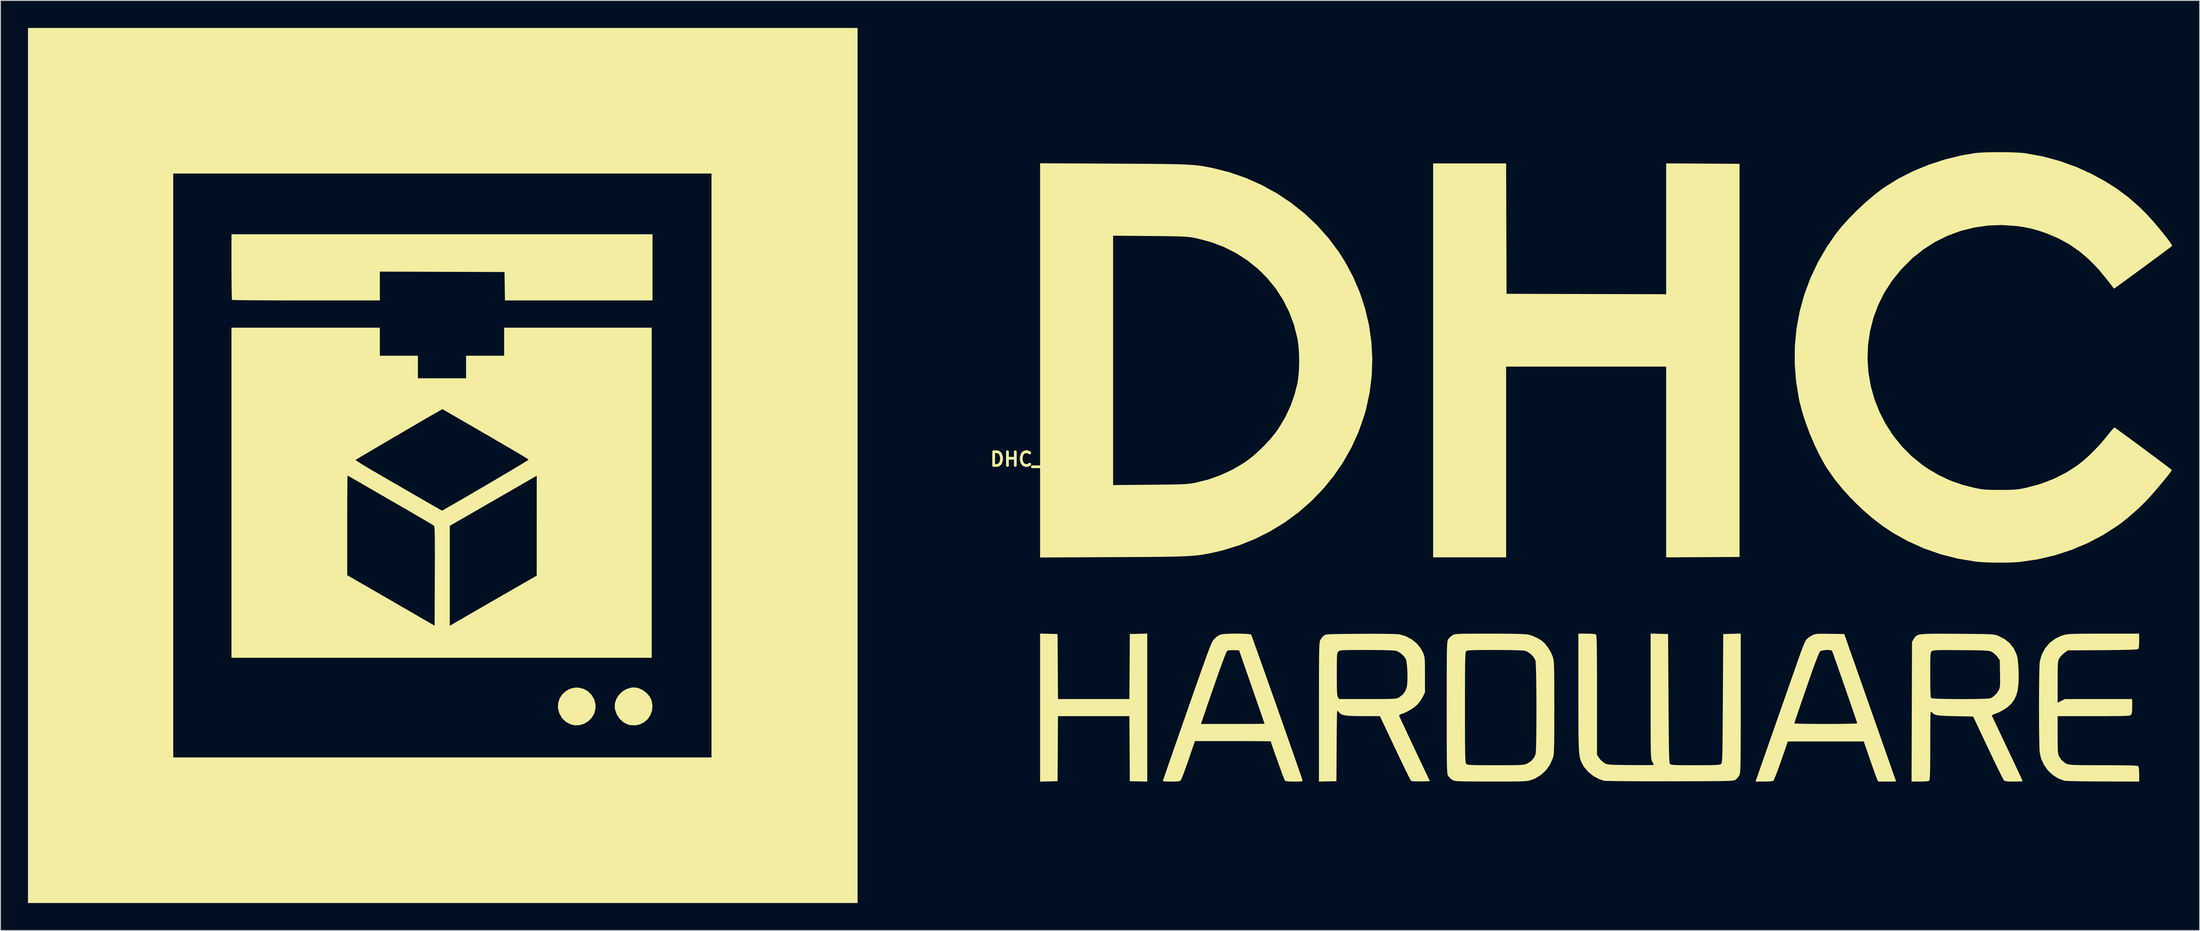
<source format=kicad_pcb>
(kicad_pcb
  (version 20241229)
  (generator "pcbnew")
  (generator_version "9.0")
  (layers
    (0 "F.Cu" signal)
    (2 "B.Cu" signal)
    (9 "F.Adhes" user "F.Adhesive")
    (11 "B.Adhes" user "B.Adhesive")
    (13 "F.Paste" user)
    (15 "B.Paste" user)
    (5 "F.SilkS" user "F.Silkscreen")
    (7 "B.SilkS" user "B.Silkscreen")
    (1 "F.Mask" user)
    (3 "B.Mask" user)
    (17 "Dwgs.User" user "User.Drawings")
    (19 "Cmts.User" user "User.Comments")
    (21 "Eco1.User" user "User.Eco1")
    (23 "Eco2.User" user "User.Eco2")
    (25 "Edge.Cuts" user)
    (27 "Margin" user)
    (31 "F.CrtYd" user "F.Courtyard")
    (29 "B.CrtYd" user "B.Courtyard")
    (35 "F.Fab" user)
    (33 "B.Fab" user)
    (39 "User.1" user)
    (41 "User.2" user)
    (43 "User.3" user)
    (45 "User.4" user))
  (footprint "DHC_Logo"
    (layer "F.Cu")
    (at 110.405 47.062)
    (property "Reference" "DHC_Logo" (at 0 0 0) (layer "F.SilkS") (effects (font (size 1.5 1.5) (thickness 0.3))))
    (attr board_only exclude_from_pos_files exclude_from_bom)
    (fp_poly (pts (xy -19.981 0.68) (xy -19.981 48.421) (xy -65.193 48.421) (xy -110.405 48.421) (xy -110.405 0.68) (xy -110.405 -31.177) (xy -94.573 -31.177) (xy -94.573 0.68) (xy -94.573 32.536) (xy -65.236 32.536) (xy -35.899 32.536) (xy -35.899 0.68) (xy -35.899 -31.177) (xy -65.236 -31.177) (xy -94.573 -31.177) (xy -110.405 -31.177) (xy -110.405 -47.062) (xy -65.193 -47.062) (xy -19.981 -47.062)) (stroke (width 0) (type solid)) (fill yes) (layer "F.SilkS"))
    (fp_poly (pts (xy 11.599 27.099) (xy 11.599 35.175) (xy 10.647 35.151) (xy 9.694 35.127) (xy 9.672 31.58) (xy 9.65 28.033) (xy 5.757 28.033) (xy 1.865 28.033) (xy 1.842 31.58) (xy 1.82 35.127) (xy 0.868 35.151) (xy -0.085 35.175) (xy -0.085 27.099) (xy -0.085 19.023) (xy 0.868 19.047) (xy 1.82 19.071) (xy 1.842 22.618) (xy 1.865 26.165) (xy 5.757 26.165) (xy 9.65 26.165) (xy 9.672 22.618) (xy 9.694 19.071) (xy 10.647 19.047) (xy 11.599 19.023)) (stroke (width 0) (type solid)) (fill yes) (layer "F.SilkS"))
    (fp_poly (pts (xy 72.157 -32.261) (xy 76.158 -32.238) (xy 76.158 -10.789) (xy 76.158 10.661) (xy 72.157 10.683) (xy 68.157 10.705) (xy 68.157 0.298) (xy 68.157 -10.109) (xy 59.436 -10.109) (xy 50.715 -10.109) (xy 50.715 0.297) (xy 50.715 10.704) (xy 46.736 10.704) (xy 42.757 10.704) (xy 42.757 -10.789) (xy 42.757 -32.281) (xy 46.736 -32.281) (xy 50.714 -32.281) (xy 50.736 -25.166) (xy 50.758 -18.052) (xy 59.457 -18.03) (xy 68.157 -18.009) (xy 68.157 -25.146) (xy 68.157 -32.283)) (stroke (width 0) (type solid)) (fill yes) (layer "F.SilkS"))
    (fp_poly (pts (xy -50.397 24.918) (xy -49.845 25.053) (xy -49.363 25.323) (xy -48.974 25.705) (xy -48.696 26.174) (xy -48.549 26.705) (xy -48.544 27.214) (xy -48.685 27.749) (xy -48.957 28.214) (xy -49.334 28.591) (xy -49.79 28.864) (xy -50.296 29.015) (xy -50.828 29.029) (xy -51.245 28.932) (xy -51.764 28.66) (xy -52.181 28.265) (xy -52.475 27.771) (xy -52.629 27.202) (xy -52.639 27.114) (xy -52.61 26.564) (xy -52.435 26.058) (xy -52.137 25.618) (xy -51.739 25.266) (xy -51.262 25.024) (xy -50.729 24.913)) (stroke (width 0) (type solid)) (fill yes) (layer "F.SilkS"))
    (fp_poly (pts (xy -43.865 24.97) (xy -43.402 25.182) (xy -42.982 25.497) (xy -42.646 25.885) (xy -42.435 26.312) (xy -42.432 26.322) (xy -42.335 26.903) (xy -42.387 27.449) (xy -42.569 27.943) (xy -42.862 28.367) (xy -43.248 28.702) (xy -43.708 28.932) (xy -44.224 29.038) (xy -44.779 29.003) (xy -45.097 28.915) (xy -45.544 28.671) (xy -45.933 28.297) (xy -46.234 27.83) (xy -46.418 27.305) (xy -46.436 27.208) (xy -46.441 26.697) (xy -46.298 26.206) (xy -46.03 25.758) (xy -45.66 25.38) (xy -45.209 25.094) (xy -44.699 24.926) (xy -44.329 24.891)) (stroke (width 0) (type solid)) (fill yes) (layer "F.SilkS"))
    (fp_poly (pts (xy -42.333 -20.94) (xy -42.333 -17.33) (xy -50.375 -17.33) (xy -58.416 -17.33) (xy -58.439 -18.88) (xy -58.462 -20.43) (xy -65.257 -20.452) (xy -72.051 -20.474) (xy -72.051 -18.902) (xy -72.051 -17.33) (xy -80.081 -17.33) (xy -81.232 -17.33) (xy -82.335 -17.332) (xy -83.379 -17.335) (xy -84.35 -17.338) (xy -85.239 -17.343) (xy -86.031 -17.348) (xy -86.717 -17.354) (xy -87.284 -17.361) (xy -87.721 -17.368) (xy -88.015 -17.376) (xy -88.156 -17.384) (xy -88.166 -17.386) (xy -88.178 -17.481) (xy -88.189 -17.727) (xy -88.199 -18.107) (xy -88.208 -18.604) (xy -88.215 -19.198) (xy -88.22 -19.873) (xy -88.222 -20.609) (xy -88.223 -20.997) (xy -88.223 -24.551) (xy -65.278 -24.551) (xy -42.333 -24.551)) (stroke (width 0) (type solid)) (fill yes) (layer "F.SilkS"))
    (fp_poly (pts (xy 85.916 19.047) (xy 86.018 19.048) (xy 87.571 19.071) (xy 90.392 27.099) (xy 90.786 28.219) (xy 91.163 29.293) (xy 91.52 30.31) (xy 91.853 31.259) (xy 92.159 32.131) (xy 92.434 32.913) (xy 92.673 33.596) (xy 92.874 34.168) (xy 93.032 34.62) (xy 93.143 34.939) (xy 93.204 35.115) (xy 93.216 35.148) (xy 93.137 35.156) (xy 92.923 35.163) (xy 92.606 35.168) (xy 92.243 35.169) (xy 91.268 35.169) (xy 91.141 34.893) (xy 91.078 34.735) (xy 90.969 34.444) (xy 90.825 34.044) (xy 90.654 33.563) (xy 90.467 33.027) (xy 90.356 32.706) (xy 89.698 30.794) (xy 85.56 30.794) (xy 81.422 30.794) (xy 80.689 32.904) (xy 80.488 33.472) (xy 80.299 33.989) (xy 80.13 34.431) (xy 79.99 34.777) (xy 79.888 35.004) (xy 79.835 35.09) (xy 79.704 35.122) (xy 79.444 35.147) (xy 79.098 35.164) (xy 78.807 35.168) (xy 77.9 35.169) (xy 78.44 33.619) (xy 78.562 33.269) (xy 78.734 32.776) (xy 78.95 32.158) (xy 79.203 31.434) (xy 79.487 30.621) (xy 79.797 29.736) (xy 80.117 28.819) (xy 82.127 28.819) (xy 82.208 28.833) (xy 82.442 28.846) (xy 82.808 28.857) (xy 83.291 28.867) (xy 83.872 28.875) (xy 84.533 28.88) (xy 85.257 28.883) (xy 85.556 28.883) (xy 86.299 28.881) (xy 86.987 28.877) (xy 87.602 28.87) (xy 88.125 28.86) (xy 88.54 28.849) (xy 88.828 28.836) (xy 88.972 28.822) (xy 88.985 28.816) (xy 88.958 28.723) (xy 88.881 28.489) (xy 88.761 28.132) (xy 88.604 27.673) (xy 88.418 27.128) (xy 88.208 26.518) (xy 87.981 25.862) (xy 87.744 25.178) (xy 87.503 24.485) (xy 87.266 23.802) (xy 87.037 23.149) (xy 86.825 22.543) (xy 86.635 22.005) (xy 86.475 21.553) (xy 86.35 21.205) (xy 86.268 20.982) (xy 86.236 20.902) (xy 86.112 20.839) (xy 85.878 20.81) (xy 85.586 20.812) (xy 85.293 20.844) (xy 85.051 20.902) (xy 84.936 20.961) (xy 84.86 21.086) (xy 84.733 21.374) (xy 84.556 21.823) (xy 84.328 22.433) (xy 84.049 23.205) (xy 83.721 24.139) (xy 83.445 24.933) (xy 83.181 25.702) (xy 82.934 26.421) (xy 82.71 27.076) (xy 82.514 27.65) (xy 82.353 28.127) (xy 82.231 28.492) (xy 82.154 28.728) (xy 82.127 28.819) (xy 82.127 28.819) (xy 80.117 28.819) (xy 80.125 28.798) (xy 80.466 27.824) (xy 80.813 26.833) (xy 81.16 25.841) (xy 81.501 24.868) (xy 81.829 23.93) (xy 82.139 23.045) (xy 82.424 22.232) (xy 82.678 21.508) (xy 82.765 21.261) (xy 82.933 20.8) (xy 83.098 20.377) (xy 83.247 20.026) (xy 83.364 19.784) (xy 83.41 19.709) (xy 83.598 19.521) (xy 83.868 19.328) (xy 84.033 19.237) (xy 84.192 19.162) (xy 84.339 19.108) (xy 84.503 19.071) (xy 84.713 19.049) (xy 84.998 19.04) (xy 85.39 19.04)) (stroke (width 0) (type solid)) (fill yes) (layer "F.SilkS"))
    (fp_poly (pts (xy 119.719 19.825) (xy 119.708 20.269) (xy 119.675 20.558) (xy 119.618 20.704) (xy 119.608 20.714) (xy 119.497 20.74) (xy 119.228 20.763) (xy 118.799 20.783) (xy 118.208 20.799) (xy 117.453 20.813) (xy 116.532 20.824) (xy 115.721 20.831) (xy 111.944 20.855) (xy 111.577 21.114) (xy 111.318 21.338) (xy 111.09 21.602) (xy 111.021 21.708) (xy 110.964 21.816) (xy 110.92 21.926) (xy 110.887 22.061) (xy 110.863 22.242) (xy 110.847 22.492) (xy 110.837 22.833) (xy 110.832 23.287) (xy 110.83 23.875) (xy 110.83 24.305) (xy 110.829 26.566) (xy 111.224 26.365) (xy 111.619 26.165) (xy 115.288 26.165) (xy 118.957 26.165) (xy 118.957 26.966) (xy 118.949 27.378) (xy 118.924 27.652) (xy 118.877 27.822) (xy 118.824 27.9) (xy 118.776 27.931) (xy 118.694 27.958) (xy 118.561 27.979) (xy 118.365 27.996) (xy 118.089 28.009) (xy 117.72 28.019) (xy 117.243 28.026) (xy 116.645 28.03) (xy 115.909 28.033) (xy 115.023 28.033) (xy 114.76 28.033) (xy 110.829 28.033) (xy 110.829 30.076) (xy 110.83 30.727) (xy 110.834 31.232) (xy 110.843 31.614) (xy 110.859 31.896) (xy 110.883 32.101) (xy 110.916 32.252) (xy 110.961 32.373) (xy 110.99 32.433) (xy 111.289 32.865) (xy 111.687 33.169) (xy 111.864 33.254) (xy 111.963 33.286) (xy 112.098 33.313) (xy 112.287 33.335) (xy 112.545 33.352) (xy 112.888 33.365) (xy 113.33 33.374) (xy 113.888 33.38) (xy 114.576 33.384) (xy 115.412 33.385) (xy 115.847 33.385) (xy 116.797 33.387) (xy 117.589 33.391) (xy 118.233 33.398) (xy 118.741 33.408) (xy 119.122 33.422) (xy 119.388 33.44) (xy 119.55 33.462) (xy 119.617 33.487) (xy 119.671 33.632) (xy 119.706 33.928) (xy 119.719 34.356) (xy 119.719 34.379) (xy 119.719 35.169) (xy 115.803 35.161) (xy 114.993 35.157) (xy 114.226 35.151) (xy 113.52 35.142) (xy 112.894 35.132) (xy 112.367 35.119) (xy 111.956 35.105) (xy 111.681 35.09) (xy 111.569 35.077) (xy 110.901 34.835) (xy 110.293 34.451) (xy 109.765 33.948) (xy 109.338 33.35) (xy 109.034 32.681) (xy 108.885 32.062) (xy 108.865 31.834) (xy 108.847 31.461) (xy 108.833 30.962) (xy 108.821 30.357) (xy 108.811 29.666) (xy 108.804 28.91) (xy 108.8 28.108) (xy 108.798 27.28) (xy 108.799 26.448) (xy 108.802 25.63) (xy 108.808 24.848) (xy 108.816 24.12) (xy 108.827 23.468) (xy 108.84 22.911) (xy 108.856 22.469) (xy 108.875 22.163) (xy 108.889 22.039) (xy 109.109 21.285) (xy 109.47 20.614) (xy 109.957 20.04) (xy 110.556 19.581) (xy 111.252 19.25) (xy 111.551 19.159) (xy 111.699 19.127) (xy 111.886 19.101) (xy 112.128 19.079) (xy 112.441 19.062) (xy 112.84 19.049) (xy 113.342 19.04) (xy 113.961 19.034) (xy 114.714 19.03) (xy 115.617 19.029) (xy 115.884 19.029) (xy 119.719 19.029)) (stroke (width 0) (type solid)) (fill yes) (layer "F.SilkS"))
    (fp_poly (pts (xy 7.895 -32.256) (xy 9.307 -32.249) (xy 10.562 -32.242) (xy 11.671 -32.235) (xy 12.648 -32.226) (xy 13.503 -32.216) (xy 14.25 -32.204) (xy 14.899 -32.189) (xy 15.464 -32.171) (xy 15.957 -32.149) (xy 16.388 -32.123) (xy 16.772 -32.092) (xy 17.119 -32.056) (xy 17.441 -32.014) (xy 17.752 -31.966) (xy 18.062 -31.91) (xy 18.384 -31.847) (xy 18.73 -31.777) (xy 18.739 -31.775) (xy 20.575 -31.31) (xy 22.357 -30.691) (xy 24.074 -29.925) (xy 25.717 -29.02) (xy 27.276 -27.981) (xy 28.74 -26.817) (xy 30.098 -25.536) (xy 31.342 -24.143) (xy 32.46 -22.646) (xy 33.142 -21.575) (xy 34.03 -19.92) (xy 34.764 -18.207) (xy 35.342 -16.447) (xy 35.763 -14.651) (xy 36.025 -12.831) (xy 36.127 -10.996) (xy 36.068 -9.157) (xy 35.846 -7.327) (xy 35.461 -5.514) (xy 35.248 -4.757) (xy 34.63 -2.992) (xy 33.863 -1.301) (xy 32.958 0.308) (xy 31.92 1.828) (xy 30.758 3.252) (xy 29.479 4.574) (xy 28.093 5.785) (xy 26.605 6.88) (xy 25.025 7.85) (xy 23.36 8.689) (xy 21.618 9.39) (xy 19.806 9.946) (xy 18.721 10.2) (xy 18.373 10.271) (xy 18.047 10.334) (xy 17.733 10.39) (xy 17.417 10.439) (xy 17.088 10.481) (xy 16.733 10.518) (xy 16.341 10.549) (xy 15.899 10.575) (xy 15.395 10.597) (xy 14.817 10.615) (xy 14.154 10.63) (xy 13.392 10.642) (xy 12.52 10.652) (xy 11.526 10.661) (xy 10.397 10.668) (xy 9.122 10.675) (xy 7.853 10.681) (xy -0.085 10.718) (xy -0.085 -10.789) (xy -0.085 -24.394) (xy 7.874 -24.394) (xy 7.874 -10.789) (xy 7.874 2.816) (xy 11.874 2.782) (xy 12.815 2.774) (xy 13.604 2.765) (xy 14.26 2.756) (xy 14.8 2.745) (xy 15.244 2.732) (xy 15.609 2.715) (xy 15.912 2.694) (xy 16.173 2.668) (xy 16.409 2.637) (xy 16.638 2.599) (xy 16.849 2.559) (xy 18.232 2.215) (xy 19.6 1.729) (xy 20.912 1.118) (xy 22.129 0.399) (xy 22.437 0.188) (xy 23.059 -0.294) (xy 23.716 -0.874) (xy 24.369 -1.513) (xy 24.983 -2.175) (xy 25.518 -2.821) (xy 25.874 -3.313) (xy 26.606 -4.528) (xy 27.19 -5.755) (xy 27.645 -7.035) (xy 27.951 -8.24) (xy 28.061 -8.922) (xy 28.129 -9.718) (xy 28.156 -10.577) (xy 28.142 -11.45) (xy 28.087 -12.286) (xy 27.991 -13.034) (xy 27.958 -13.21) (xy 27.584 -14.68) (xy 27.061 -16.078) (xy 26.398 -17.395) (xy 25.602 -18.625) (xy 24.681 -19.759) (xy 23.644 -20.789) (xy 22.499 -21.708) (xy 21.254 -22.507) (xy 19.916 -23.178) (xy 18.494 -23.713) (xy 16.996 -24.106) (xy 16.824 -24.14) (xy 16.59 -24.184) (xy 16.364 -24.22) (xy 16.126 -24.251) (xy 15.859 -24.275) (xy 15.544 -24.295) (xy 15.164 -24.311) (xy 14.702 -24.324) (xy 14.138 -24.335) (xy 13.454 -24.344) (xy 12.634 -24.353) (xy 11.874 -24.36) (xy 7.874 -24.394) (xy -0.085 -24.394) (xy -0.085 -32.296)) (stroke (width 0) (type solid)) (fill yes) (layer "F.SilkS"))
    (fp_poly (pts (xy 21.942 19.035) (xy 22.344 19.052) (xy 22.663 19.076) (xy 22.866 19.109) (xy 22.92 19.135) (xy 22.957 19.225) (xy 23.045 19.462) (xy 23.179 19.833) (xy 23.356 20.324) (xy 23.57 20.922) (xy 23.816 21.615) (xy 24.091 22.388) (xy 24.389 23.228) (xy 24.705 24.123) (xy 25.036 25.058) (xy 25.376 26.02) (xy 25.72 26.997) (xy 26.064 27.975) (xy 26.404 28.94) (xy 26.734 29.88) (xy 27.049 30.781) (xy 27.346 31.63) (xy 27.62 32.413) (xy 27.866 33.117) (xy 28.078 33.73) (xy 28.253 34.237) (xy 28.386 34.625) (xy 28.472 34.882) (xy 28.505 34.987) (xy 28.519 35.067) (xy 28.492 35.119) (xy 28.397 35.149) (xy 28.205 35.164) (xy 27.889 35.169) (xy 27.622 35.169) (xy 27.167 35.163) (xy 26.858 35.141) (xy 26.672 35.102) (xy 26.594 35.052) (xy 26.549 34.954) (xy 26.457 34.721) (xy 26.328 34.38) (xy 26.172 33.958) (xy 25.998 33.48) (xy 25.815 32.973) (xy 25.632 32.464) (xy 25.46 31.977) (xy 25.308 31.541) (xy 25.184 31.18) (xy 25.099 30.922) (xy 25.062 30.792) (xy 25.061 30.784) (xy 24.979 30.778) (xy 24.744 30.772) (xy 24.372 30.766) (xy 23.88 30.762) (xy 23.283 30.758) (xy 22.597 30.755) (xy 21.84 30.753) (xy 21.027 30.752) (xy 20.927 30.752) (xy 16.794 30.752) (xy 16.089 32.812) (xy 15.892 33.379) (xy 15.706 33.898) (xy 15.54 34.345) (xy 15.403 34.698) (xy 15.304 34.933) (xy 15.256 35.021) (xy 15.173 35.088) (xy 15.039 35.132) (xy 14.821 35.157) (xy 14.487 35.168) (xy 14.211 35.169) (xy 13.839 35.165) (xy 13.54 35.152) (xy 13.347 35.133) (xy 13.293 35.115) (xy 13.32 35.028) (xy 13.4 34.793) (xy 13.528 34.42) (xy 13.7 33.919) (xy 13.914 33.303) (xy 14.164 32.583) (xy 14.447 31.769) (xy 14.758 30.873) (xy 15.096 29.905) (xy 15.452 28.883) (xy 17.453 28.883) (xy 20.918 28.883) (xy 21.666 28.882) (xy 22.358 28.881) (xy 22.977 28.879) (xy 23.505 28.876) (xy 23.924 28.872) (xy 24.217 28.868) (xy 24.367 28.864) (xy 24.382 28.862) (xy 24.355 28.78) (xy 24.277 28.553) (xy 24.154 28.196) (xy 23.992 27.725) (xy 23.794 27.154) (xy 23.568 26.5) (xy 23.317 25.778) (xy 23.048 25.002) (xy 22.995 24.848) (xy 21.609 20.855) (xy 21.028 20.831) (xy 20.625 20.834) (xy 20.365 20.882) (xy 20.301 20.916) (xy 20.236 21.026) (xy 20.118 21.298) (xy 19.95 21.731) (xy 19.729 22.324) (xy 19.458 23.077) (xy 19.135 23.99) (xy 18.762 25.061) (xy 18.338 26.29) (xy 17.863 27.678) (xy 17.734 28.055) (xy 17.453 28.883) (xy 15.452 28.883) (xy 15.454 28.878) (xy 15.83 27.802) (xy 15.938 27.491) (xy 16.383 26.219) (xy 16.776 25.097) (xy 17.12 24.116) (xy 17.42 23.265) (xy 17.679 22.535) (xy 17.901 21.914) (xy 18.089 21.395) (xy 18.248 20.966) (xy 18.382 20.617) (xy 18.493 20.339) (xy 18.586 20.121) (xy 18.665 19.954) (xy 18.733 19.827) (xy 18.795 19.731) (xy 18.853 19.656) (xy 18.912 19.591) (xy 18.936 19.567) (xy 19.215 19.331) (xy 19.503 19.161) (xy 19.613 19.121) (xy 19.829 19.084) (xy 20.157 19.056) (xy 20.565 19.038) (xy 21.02 19.028) (xy 21.49 19.027)) (stroke (width 0) (type solid)) (fill yes) (layer "F.SilkS"))
    (fp_poly (pts (xy 36.699 19.044) (xy 37.456 19.05) (xy 38.088 19.06) (xy 38.584 19.074) (xy 38.932 19.092) (xy 39.104 19.111) (xy 39.788 19.314) (xy 40.419 19.65) (xy 40.969 20.097) (xy 41.409 20.633) (xy 41.671 21.132) (xy 41.735 21.3) (xy 41.783 21.461) (xy 41.818 21.642) (xy 41.842 21.87) (xy 41.857 22.171) (xy 41.864 22.571) (xy 41.867 23.097) (xy 41.868 23.531) (xy 41.868 25.442) (xy 41.629 25.93) (xy 41.426 26.273) (xy 41.166 26.625) (xy 41.004 26.805) (xy 40.686 27.072) (xy 40.277 27.343) (xy 39.838 27.585) (xy 39.429 27.76) (xy 39.259 27.812) (xy 39.092 27.881) (xy 39.063 27.993) (xy 39.071 28.026) (xy 39.117 28.133) (xy 39.228 28.378) (xy 39.396 28.743) (xy 39.615 29.214) (xy 39.876 29.773) (xy 40.172 30.404) (xy 40.495 31.092) (xy 40.76 31.655) (xy 42.4 35.127) (xy 41.426 35.151) (xy 41.001 35.154) (xy 40.657 35.141) (xy 40.427 35.116) (xy 40.35 35.089) (xy 40.293 34.997) (xy 40.173 34.767) (xy 39.996 34.414) (xy 39.77 33.955) (xy 39.503 33.406) (xy 39.202 32.781) (xy 38.876 32.098) (xy 38.602 31.519) (xy 36.957 28.034) (xy 35.221 28.03) (xy 34.503 28.025) (xy 33.933 28.012) (xy 33.492 27.987) (xy 33.158 27.949) (xy 32.912 27.894) (xy 32.732 27.819) (xy 32.599 27.722) (xy 32.54 27.659) (xy 32.401 27.511) (xy 32.31 27.44) (xy 32.305 27.439) (xy 32.295 27.521) (xy 32.285 27.756) (xy 32.275 28.127) (xy 32.266 28.618) (xy 32.257 29.21) (xy 32.249 29.888) (xy 32.242 30.635) (xy 32.238 31.283) (xy 32.216 35.127) (xy 31.263 35.151) (xy 30.311 35.175) (xy 30.311 27.59) (xy 30.311 26.277) (xy 30.312 25.123) (xy 30.313 24.117) (xy 30.315 23.47) (xy 32.258 23.47) (xy 32.259 24.177) (xy 32.264 24.733) (xy 32.272 25.159) (xy 32.287 25.474) (xy 32.307 25.696) (xy 32.334 25.846) (xy 32.37 25.944) (xy 32.39 25.976) (xy 32.522 26.165) (xy 35.611 26.165) (xy 36.419 26.164) (xy 37.076 26.162) (xy 37.6 26.158) (xy 38.009 26.15) (xy 38.32 26.139) (xy 38.552 26.122) (xy 38.723 26.099) (xy 38.85 26.07) (xy 38.952 26.033) (xy 39.03 25.995) (xy 39.436 25.695) (xy 39.734 25.273) (xy 39.881 24.871) (xy 39.927 24.581) (xy 39.953 24.185) (xy 39.961 23.721) (xy 39.951 23.23) (xy 39.926 22.751) (xy 39.887 22.323) (xy 39.836 21.987) (xy 39.773 21.781) (xy 39.529 21.448) (xy 39.195 21.151) (xy 38.833 20.943) (xy 38.716 20.903) (xy 38.539 20.878) (xy 38.208 20.857) (xy 37.736 20.839) (xy 37.139 20.826) (xy 36.432 20.817) (xy 35.628 20.813) (xy 35.496 20.813) (xy 34.718 20.813) (xy 34.092 20.815) (xy 33.599 20.819) (xy 33.222 20.827) (xy 32.944 20.838) (xy 32.747 20.856) (xy 32.613 20.879) (xy 32.525 20.91) (xy 32.464 20.949) (xy 32.427 20.983) (xy 32.377 21.041) (xy 32.338 21.116) (xy 32.308 21.228) (xy 32.287 21.398) (xy 32.273 21.645) (xy 32.264 21.99) (xy 32.26 22.453) (xy 32.258 23.053) (xy 32.258 23.47) (xy 30.315 23.47) (xy 30.315 23.249) (xy 30.318 22.508) (xy 30.323 21.884) (xy 30.329 21.364) (xy 30.337 20.94) (xy 30.346 20.6) (xy 30.358 20.333) (xy 30.372 20.128) (xy 30.389 19.976) (xy 30.408 19.865) (xy 30.43 19.784) (xy 30.455 19.723) (xy 30.459 19.714) (xy 30.627 19.466) (xy 30.833 19.257) (xy 30.846 19.247) (xy 30.908 19.205) (xy 30.98 19.17) (xy 31.078 19.142) (xy 31.217 19.119) (xy 31.413 19.101) (xy 31.681 19.087) (xy 32.037 19.076) (xy 32.498 19.067) (xy 33.077 19.06) (xy 33.791 19.055) (xy 34.656 19.049) (xy 34.856 19.047) (xy 35.828 19.043)) (stroke (width 0) (type solid)) (fill yes) (layer "F.SilkS"))
    (fp_poly (pts (xy 76.285 26.608) (xy 76.284 27.921) (xy 76.284 29.075) (xy 76.282 30.081) (xy 76.28 30.949) (xy 76.277 31.69) (xy 76.272 32.314) (xy 76.266 32.834) (xy 76.259 33.258) (xy 76.249 33.598) (xy 76.237 33.865) (xy 76.223 34.07) (xy 76.207 34.222) (xy 76.188 34.333) (xy 76.166 34.414) (xy 76.14 34.475) (xy 76.136 34.484) (xy 75.969 34.732) (xy 75.763 34.941) (xy 75.749 34.951) (xy 75.704 34.982) (xy 75.651 35.01) (xy 75.581 35.034) (xy 75.481 35.054) (xy 75.34 35.072) (xy 75.148 35.086) (xy 74.892 35.098) (xy 74.563 35.108) (xy 74.148 35.116) (xy 73.637 35.122) (xy 73.018 35.127) (xy 72.28 35.131) (xy 71.412 35.134) (xy 70.403 35.136) (xy 69.241 35.139) (xy 68.595 35.14) (xy 67.517 35.141) (xy 66.483 35.141) (xy 65.507 35.138) (xy 64.602 35.134) (xy 63.781 35.129) (xy 63.057 35.122) (xy 62.444 35.114) (xy 61.954 35.105) (xy 61.602 35.094) (xy 61.4 35.083) (xy 61.363 35.078) (xy 60.753 34.861) (xy 60.167 34.521) (xy 59.642 34.089) (xy 59.219 33.596) (xy 58.995 33.214) (xy 58.922 33.053) (xy 58.858 32.899) (xy 58.803 32.739) (xy 58.756 32.56) (xy 58.717 32.351) (xy 58.684 32.098) (xy 58.657 31.79) (xy 58.636 31.415) (xy 58.62 30.959) (xy 58.608 30.412) (xy 58.6 29.759) (xy 58.594 28.99) (xy 58.591 28.092) (xy 58.59 27.053) (xy 58.589 25.86) (xy 58.589 25.438) (xy 58.589 19.029) (xy 59.504 19.029) (xy 59.993 19.039) (xy 60.329 19.069) (xy 60.505 19.119) (xy 60.52 19.131) (xy 60.54 19.192) (xy 60.557 19.337) (xy 60.572 19.576) (xy 60.585 19.916) (xy 60.595 20.368) (xy 60.604 20.938) (xy 60.611 21.636) (xy 60.616 22.47) (xy 60.619 23.449) (xy 60.621 24.582) (xy 60.621 25.74) (xy 60.621 32.247) (xy 60.847 32.596) (xy 61.065 32.859) (xy 61.336 33.091) (xy 61.418 33.144) (xy 61.522 33.201) (xy 61.627 33.246) (xy 61.753 33.281) (xy 61.922 33.307) (xy 62.152 33.327) (xy 62.466 33.341) (xy 62.883 33.351) (xy 63.424 33.359) (xy 64.11 33.367) (xy 64.283 33.369) (xy 64.917 33.374) (xy 65.492 33.375) (xy 65.988 33.374) (xy 66.384 33.369) (xy 66.659 33.361) (xy 66.792 33.351) (xy 66.802 33.347) (xy 66.765 33.249) (xy 66.674 33.061) (xy 66.633 32.983) (xy 66.602 32.921) (xy 66.575 32.852) (xy 66.552 32.764) (xy 66.533 32.644) (xy 66.516 32.483) (xy 66.502 32.268) (xy 66.491 31.988) (xy 66.483 31.631) (xy 66.476 31.186) (xy 66.471 30.641) (xy 66.467 29.986) (xy 66.465 29.208) (xy 66.464 28.296) (xy 66.463 27.239) (xy 66.463 26.025) (xy 66.463 25.844) (xy 66.463 19.023) (xy 67.416 19.047) (xy 68.368 19.071) (xy 68.411 26.088) (xy 68.419 27.378) (xy 68.427 28.507) (xy 68.435 29.487) (xy 68.444 30.327) (xy 68.454 31.038) (xy 68.464 31.629) (xy 68.475 32.109) (xy 68.488 32.491) (xy 68.502 32.782) (xy 68.518 32.994) (xy 68.536 33.136) (xy 68.556 33.219) (xy 68.569 33.245) (xy 68.617 33.284) (xy 68.698 33.316) (xy 68.832 33.34) (xy 69.036 33.358) (xy 69.328 33.371) (xy 69.727 33.379) (xy 70.249 33.383) (xy 70.913 33.385) (xy 71.326 33.385) (xy 72.093 33.384) (xy 72.709 33.38) (xy 73.188 33.371) (xy 73.55 33.359) (xy 73.81 33.341) (xy 73.985 33.317) (xy 74.092 33.286) (xy 74.131 33.265) (xy 74.16 33.239) (xy 74.186 33.2) (xy 74.208 33.137) (xy 74.228 33.039) (xy 74.244 32.896) (xy 74.259 32.695) (xy 74.271 32.427) (xy 74.282 32.08) (xy 74.291 31.643) (xy 74.299 31.105) (xy 74.307 30.456) (xy 74.314 29.684) (xy 74.32 28.779) (xy 74.327 27.729) (xy 74.335 26.524) (xy 74.337 26.108) (xy 74.38 19.071) (xy 75.332 19.047) (xy 76.285 19.023)) (stroke (width 0) (type solid)) (fill yes) (layer "F.SilkS"))
    (fp_poly (pts (xy -72.051 -12.827) (xy -72.051 -11.298) (xy -69.977 -11.298) (xy -67.903 -11.298) (xy -67.903 -10.067) (xy -67.903 -8.835) (xy -65.278 -8.835) (xy -62.653 -8.835) (xy -62.653 -10.067) (xy -62.653 -11.298) (xy -60.579 -11.298) (xy -58.505 -11.298) (xy -58.505 -12.827) (xy -58.505 -14.357) (xy -50.461 -14.357) (xy -42.418 -14.357) (xy -42.418 3.653) (xy -42.418 21.662) (xy -65.32 21.662) (xy -88.223 21.662) (xy -88.223 18.171) (xy -64.431 18.171) (xy -62.759 17.2) (xy -62.298 16.933) (xy -61.719 16.598) (xy -61.05 16.211) (xy -60.32 15.789) (xy -59.557 15.349) (xy -58.79 14.907) (xy -58.047 14.48) (xy -58.02 14.464) (xy -54.953 12.7) (xy -54.951 7.247) (xy -54.949 1.795) (xy -56.96 2.958) (xy -57.54 3.293) (xy -58.23 3.691) (xy -58.994 4.132) (xy -59.795 4.594) (xy -60.595 5.055) (xy -61.36 5.496) (xy -61.699 5.692) (xy -64.427 7.263) (xy -64.429 12.717) (xy -64.431 18.171) (xy -88.223 18.171) (xy -88.223 12.653) (xy -75.607 12.653) (xy -75.049 12.974) (xy -74.872 13.076) (xy -74.563 13.254) (xy -74.139 13.499) (xy -73.614 13.802) (xy -73.003 14.155) (xy -72.323 14.548) (xy -71.589 14.973) (xy -70.815 15.42) (xy -70.286 15.726) (xy -66.082 18.157) (xy -66.061 12.756) (xy -66.057 11.617) (xy -66.055 10.637) (xy -66.055 9.806) (xy -66.058 9.113) (xy -66.063 8.548) (xy -66.072 8.1) (xy -66.083 7.759) (xy -66.097 7.515) (xy -66.114 7.356) (xy -66.135 7.272) (xy -66.145 7.257) (xy -66.238 7.196) (xy -66.464 7.058) (xy -66.805 6.855) (xy -67.249 6.593) (xy -67.779 6.283) (xy -68.38 5.932) (xy -69.038 5.55) (xy -69.638 5.203) (xy -70.386 4.771) (xy -71.134 4.339) (xy -71.861 3.918) (xy -72.544 3.523) (xy -73.161 3.166) (xy -73.689 2.86) (xy -74.105 2.618) (xy -74.281 2.516) (xy -74.694 2.276) (xy -75.055 2.069) (xy -75.337 1.909) (xy -75.518 1.81) (xy -75.572 1.784) (xy -75.578 1.867) (xy -75.584 2.105) (xy -75.589 2.485) (xy -75.594 2.991) (xy -75.598 3.611) (xy -75.602 4.33) (xy -75.605 5.134) (xy -75.606 6.007) (xy -75.607 6.937) (xy -75.607 7.219) (xy -75.607 12.653) (xy -88.223 12.653) (xy -88.223 3.653) (xy -88.223 0.071) (xy -74.696 0.071) (xy -74.641 0.127) (xy -74.455 0.256) (xy -74.157 0.448) (xy -73.762 0.692) (xy -73.288 0.978) (xy -72.751 1.295) (xy -72.452 1.469) (xy -71.258 2.16) (xy -70.202 2.772) (xy -69.276 3.308) (xy -68.472 3.773) (xy -67.781 4.173) (xy -67.194 4.511) (xy -66.705 4.794) (xy -66.304 5.024) (xy -65.982 5.209) (xy -65.733 5.351) (xy -65.546 5.456) (xy -65.415 5.529) (xy -65.33 5.575) (xy -65.283 5.597) (xy -65.268 5.602) (xy -65.188 5.562) (xy -64.974 5.442) (xy -64.639 5.251) (xy -64.194 4.995) (xy -63.653 4.683) (xy -63.028 4.321) (xy -62.331 3.915) (xy -61.575 3.474) (xy -60.772 3.005) (xy -60.527 2.862) (xy -59.713 2.384) (xy -58.944 1.93) (xy -58.232 1.508) (xy -57.589 1.125) (xy -57.028 0.788) (xy -56.561 0.505) (xy -56.199 0.282) (xy -55.956 0.128) (xy -55.844 0.05) (xy -55.838 0.042) (xy -55.909 -0.012) (xy -56.115 -0.144) (xy -56.443 -0.345) (xy -56.882 -0.609) (xy -57.418 -0.928) (xy -58.039 -1.295) (xy -58.734 -1.702) (xy -59.49 -2.143) (xy -60.294 -2.61) (xy -60.534 -2.749) (xy -65.23 -5.465) (xy -65.736 -5.183) (xy -65.944 -5.066) (xy -66.267 -4.88) (xy -66.692 -4.634) (xy -67.202 -4.338) (xy -67.782 -4) (xy -68.417 -3.629) (xy -69.091 -3.235) (xy -69.789 -2.826) (xy -70.495 -2.412) (xy -71.195 -2.002) (xy -71.872 -1.604) (xy -72.511 -1.228) (xy -73.098 -0.882) (xy -73.616 -0.576) (xy -74.05 -0.319) (xy -74.385 -0.119) (xy -74.605 0.014) (xy -74.695 0.071) (xy -74.696 0.071) (xy -88.223 0.071) (xy -88.223 -14.357) (xy -80.137 -14.357) (xy -72.051 -14.357)) (stroke (width 0) (type solid)) (fill yes) (layer "F.SilkS"))
    (fp_poly (pts (xy 98.48 19.037) (xy 99.37 19.042) (xy 99.91 19.045) (xy 100.83 19.052) (xy 101.597 19.058) (xy 102.227 19.065) (xy 102.737 19.073) (xy 103.142 19.084) (xy 103.459 19.098) (xy 103.704 19.115) (xy 103.892 19.137) (xy 104.041 19.165) (xy 104.167 19.199) (xy 104.286 19.239) (xy 104.335 19.257) (xy 105.027 19.602) (xy 105.599 20.064) (xy 106.046 20.638) (xy 106.35 21.284) (xy 106.429 21.564) (xy 106.488 21.907) (xy 106.531 22.347) (xy 106.563 22.919) (xy 106.567 23.009) (xy 106.582 23.882) (xy 106.551 24.613) (xy 106.468 25.226) (xy 106.328 25.742) (xy 106.126 26.186) (xy 105.856 26.58) (xy 105.717 26.742) (xy 105.363 27.057) (xy 104.908 27.363) (xy 104.415 27.623) (xy 103.988 27.786) (xy 103.779 27.868) (xy 103.669 27.952) (xy 103.664 27.984) (xy 103.707 28.078) (xy 103.816 28.309) (xy 103.982 28.662) (xy 104.199 29.121) (xy 104.459 29.671) (xy 104.754 30.296) (xy 105.077 30.979) (xy 105.361 31.578) (xy 105.7 32.297) (xy 106.017 32.967) (xy 106.302 33.575) (xy 106.55 34.104) (xy 106.752 34.539) (xy 106.903 34.864) (xy 106.994 35.064) (xy 107.019 35.125) (xy 106.94 35.142) (xy 106.725 35.157) (xy 106.408 35.166) (xy 106.058 35.169) (xy 105.628 35.166) (xy 105.334 35.151) (xy 105.145 35.122) (xy 105.026 35.074) (xy 104.96 35.016) (xy 104.896 34.909) (xy 104.767 34.665) (xy 104.584 34.3) (xy 104.352 33.83) (xy 104.081 33.272) (xy 103.778 32.643) (xy 103.452 31.958) (xy 103.221 31.47) (xy 101.619 28.076) (xy 99.641 28.033) (xy 98.965 28.017) (xy 98.437 27.998) (xy 98.033 27.972) (xy 97.733 27.936) (xy 97.513 27.886) (xy 97.352 27.816) (xy 97.227 27.725) (xy 97.117 27.607) (xy 97.093 27.578) (xy 97.059 27.541) (xy 97.03 27.537) (xy 97.006 27.577) (xy 96.988 27.676) (xy 96.974 27.848) (xy 96.963 28.107) (xy 96.955 28.466) (xy 96.95 28.94) (xy 96.947 29.542) (xy 96.946 30.286) (xy 96.945 31.181) (xy 96.944 32.148) (xy 96.939 32.957) (xy 96.932 33.617) (xy 96.922 34.139) (xy 96.908 34.534) (xy 96.891 34.813) (xy 96.869 34.987) (xy 96.844 35.065) (xy 96.842 35.067) (xy 96.696 35.121) (xy 96.389 35.155) (xy 95.927 35.169) (xy 95.824 35.169) (xy 94.907 35.169) (xy 94.93 27.545) (xy 94.943 23.527) (xy 96.943 23.527) (xy 96.946 24.302) (xy 96.952 24.918) (xy 96.965 25.389) (xy 96.982 25.727) (xy 97.006 25.944) (xy 97.037 26.052) (xy 97.045 26.063) (xy 97.154 26.089) (xy 97.409 26.112) (xy 97.787 26.131) (xy 98.265 26.146) (xy 98.821 26.158) (xy 99.43 26.165) (xy 100.07 26.169) (xy 100.718 26.169) (xy 101.351 26.165) (xy 101.945 26.157) (xy 102.478 26.145) (xy 102.927 26.129) (xy 103.268 26.109) (xy 103.478 26.085) (xy 103.521 26.074) (xy 103.861 25.872) (xy 104.18 25.55) (xy 104.407 25.202) (xy 104.468 25.068) (xy 104.511 24.922) (xy 104.539 24.735) (xy 104.553 24.478) (xy 104.557 24.121) (xy 104.551 23.635) (xy 104.548 23.403) (xy 104.521 21.931) (xy 104.267 21.571) (xy 104.043 21.315) (xy 103.777 21.095) (xy 103.674 21.033) (xy 103.578 20.986) (xy 103.473 20.948) (xy 103.341 20.918) (xy 103.165 20.894) (xy 102.925 20.876) (xy 102.604 20.862) (xy 102.184 20.851) (xy 101.646 20.843) (xy 100.971 20.836) (xy 100.299 20.83) (xy 99.495 20.824) (xy 98.844 20.821) (xy 98.329 20.821) (xy 97.931 20.826) (xy 97.635 20.835) (xy 97.422 20.85) (xy 97.277 20.871) (xy 97.182 20.899) (xy 97.12 20.934) (xy 97.103 20.949) (xy 97.056 21.001) (xy 97.02 21.075) (xy 96.992 21.19) (xy 96.972 21.366) (xy 96.958 21.622) (xy 96.95 21.978) (xy 96.945 22.453) (xy 96.944 23.066) (xy 96.943 23.527) (xy 94.943 23.527) (xy 94.954 19.921) (xy 95.143 19.616) (xy 95.227 19.483) (xy 95.311 19.371) (xy 95.409 19.279) (xy 95.537 19.205) (xy 95.708 19.147) (xy 95.938 19.103) (xy 96.241 19.072) (xy 96.632 19.052) (xy 97.126 19.04) (xy 97.737 19.036)) (stroke (width 0) (type solid)) (fill yes) (layer "F.SilkS"))
    (fp_poly (pts (xy 50 19.031) (xy 50.921 19.038) (xy 51.689 19.05) (xy 52.3 19.067) (xy 52.75 19.088) (xy 53.037 19.113) (xy 53.103 19.124) (xy 53.61 19.28) (xy 54.143 19.521) (xy 54.614 19.809) (xy 54.635 19.825) (xy 54.945 20.116) (xy 55.259 20.515) (xy 55.539 20.968) (xy 55.749 21.418) (xy 55.794 21.55) (xy 55.83 21.673) (xy 55.86 21.8) (xy 55.886 21.945) (xy 55.907 22.122) (xy 55.924 22.346) (xy 55.937 22.631) (xy 55.947 22.991) (xy 55.954 23.441) (xy 55.959 23.994) (xy 55.962 24.666) (xy 55.964 25.47) (xy 55.965 26.42) (xy 55.965 27.099) (xy 55.964 28.15) (xy 55.963 29.045) (xy 55.961 29.799) (xy 55.957 30.425) (xy 55.952 30.939) (xy 55.943 31.354) (xy 55.932 31.685) (xy 55.917 31.945) (xy 55.899 32.15) (xy 55.876 32.313) (xy 55.849 32.449) (xy 55.817 32.572) (xy 55.797 32.638) (xy 55.502 33.317) (xy 55.07 33.925) (xy 54.524 34.436) (xy 53.891 34.824) (xy 53.442 35.001) (xy 53.305 35.041) (xy 53.163 35.074) (xy 52.999 35.101) (xy 52.797 35.122) (xy 52.54 35.138) (xy 52.211 35.15) (xy 51.794 35.158) (xy 51.273 35.163) (xy 50.63 35.165) (xy 49.849 35.166) (xy 49.034 35.165) (xy 48.12 35.164) (xy 47.359 35.162) (xy 46.737 35.158) (xy 46.237 35.152) (xy 45.844 35.143) (xy 45.543 35.131) (xy 45.317 35.115) (xy 45.152 35.094) (xy 45.031 35.068) (xy 44.94 35.036) (xy 44.873 35.003) (xy 44.626 34.819) (xy 44.421 34.583) (xy 44.408 34.561) (xy 44.378 34.507) (xy 44.351 34.445) (xy 44.329 34.364) (xy 44.309 34.253) (xy 44.293 34.1) (xy 44.279 33.894) (xy 44.268 33.625) (xy 44.259 33.281) (xy 44.252 32.852) (xy 44.247 32.325) (xy 44.243 31.691) (xy 44.241 30.937) (xy 44.239 30.053) (xy 44.239 29.028) (xy 44.238 27.85) (xy 44.238 27.099) (xy 44.238 27.077) (xy 46.228 27.077) (xy 46.228 28.238) (xy 46.229 29.241) (xy 46.231 30.098) (xy 46.234 30.82) (xy 46.239 31.42) (xy 46.245 31.909) (xy 46.254 32.299) (xy 46.265 32.602) (xy 46.278 32.83) (xy 46.295 32.994) (xy 46.314 33.107) (xy 46.337 33.179) (xy 46.363 33.224) (xy 46.368 33.23) (xy 46.414 33.271) (xy 46.483 33.304) (xy 46.59 33.33) (xy 46.754 33.35) (xy 46.991 33.364) (xy 47.319 33.374) (xy 47.753 33.38) (xy 48.312 33.384) (xy 49.013 33.385) (xy 49.549 33.385) (xy 50.35 33.385) (xy 51 33.383) (xy 51.519 33.379) (xy 51.924 33.371) (xy 52.234 33.359) (xy 52.469 33.342) (xy 52.646 33.318) (xy 52.784 33.287) (xy 52.902 33.248) (xy 53.004 33.206) (xy 53.447 32.928) (xy 53.773 32.528) (xy 53.919 32.205) (xy 53.941 32.053) (xy 53.96 31.751) (xy 53.977 31.318) (xy 53.991 30.771) (xy 54.002 30.132) (xy 54.01 29.417) (xy 54.015 28.647) (xy 54.018 27.84) (xy 54.018 27.015) (xy 54.015 26.192) (xy 54.009 25.388) (xy 54.001 24.624) (xy 53.991 23.918) (xy 53.977 23.29) (xy 53.962 22.757) (xy 53.943 22.339) (xy 53.923 22.055) (xy 53.902 21.931) (xy 53.705 21.58) (xy 53.4 21.256) (xy 53.044 21.008) (xy 52.788 20.906) (xy 52.587 20.878) (xy 52.226 20.855) (xy 51.716 20.837) (xy 51.067 20.823) (xy 50.288 20.815) (xy 49.456 20.813) (xy 48.658 20.813) (xy 48.012 20.816) (xy 47.501 20.822) (xy 47.11 20.831) (xy 46.821 20.844) (xy 46.618 20.863) (xy 46.483 20.887) (xy 46.401 20.917) (xy 46.361 20.946) (xy 46.335 20.986) (xy 46.313 21.058) (xy 46.294 21.173) (xy 46.278 21.343) (xy 46.265 21.58) (xy 46.254 21.896) (xy 46.245 22.302) (xy 46.239 22.81) (xy 46.234 23.431) (xy 46.231 24.177) (xy 46.229 25.06) (xy 46.228 26.092) (xy 46.228 27.077) (xy 44.238 27.077) (xy 44.238 25.829) (xy 44.239 24.717) (xy 44.24 23.753) (xy 44.242 22.926) (xy 44.245 22.224) (xy 44.249 21.637) (xy 44.255 21.153) (xy 44.263 20.761) (xy 44.273 20.45) (xy 44.285 20.21) (xy 44.3 20.028) (xy 44.317 19.894) (xy 44.338 19.796) (xy 44.362 19.725) (xy 44.39 19.667) (xy 44.408 19.637) (xy 44.6 19.407) (xy 44.851 19.213) (xy 44.891 19.191) (xy 44.975 19.152) (xy 45.072 19.12) (xy 45.199 19.094) (xy 45.372 19.073) (xy 45.606 19.057) (xy 45.918 19.046) (xy 46.323 19.038) (xy 46.838 19.033) (xy 47.479 19.03) (xy 48.261 19.029) (xy 48.93 19.029)) (stroke (width 0) (type solid)) (fill yes) (layer "F.SilkS"))
    (fp_poly (pts (xy 105.538 -33.496) (xy 106.2 -33.475) (xy 106.774 -33.444) (xy 107.223 -33.402) (xy 107.273 -33.396) (xy 109.204 -33.046) (xy 111.102 -32.532) (xy 112.951 -31.858) (xy 114.469 -31.165) (xy 115.947 -30.368) (xy 117.291 -29.516) (xy 118.534 -28.587) (xy 119.711 -27.557) (xy 120.443 -26.833) (xy 120.777 -26.478) (xy 121.141 -26.072) (xy 121.52 -25.634) (xy 121.899 -25.185) (xy 122.263 -24.741) (xy 122.595 -24.324) (xy 122.881 -23.951) (xy 123.105 -23.642) (xy 123.253 -23.416) (xy 123.308 -23.292) (xy 123.304 -23.277) (xy 123.2 -23.194) (xy 122.981 -23.027) (xy 122.663 -22.788) (xy 122.262 -22.489) (xy 121.795 -22.143) (xy 121.279 -21.761) (xy 120.729 -21.355) (xy 120.162 -20.937) (xy 119.594 -20.52) (xy 119.042 -20.115) (xy 118.522 -19.735) (xy 118.051 -19.391) (xy 117.644 -19.096) (xy 117.319 -18.862) (xy 117.091 -18.7) (xy 116.977 -18.623) (xy 116.967 -18.618) (xy 116.908 -18.693) (xy 116.768 -18.876) (xy 116.566 -19.14) (xy 116.325 -19.458) (xy 116.313 -19.473) (xy 115.319 -20.69) (xy 114.3 -21.748) (xy 113.238 -22.66) (xy 112.12 -23.438) (xy 110.929 -24.093) (xy 109.652 -24.637) (xy 109.583 -24.663) (xy 108.716 -24.957) (xy 107.912 -25.177) (xy 107.091 -25.341) (xy 106.299 -25.453) (xy 104.757 -25.558) (xy 103.226 -25.499) (xy 101.721 -25.282) (xy 100.254 -24.911) (xy 98.838 -24.389) (xy 97.486 -23.72) (xy 96.211 -22.909) (xy 95.027 -21.961) (xy 94.922 -21.866) (xy 93.779 -20.715) (xy 92.789 -19.492) (xy 91.952 -18.197) (xy 91.269 -16.829) (xy 90.738 -15.389) (xy 90.381 -13.979) (xy 90.161 -12.47) (xy 90.105 -10.96) (xy 90.207 -9.461) (xy 90.462 -7.986) (xy 90.865 -6.547) (xy 91.412 -5.157) (xy 92.096 -3.828) (xy 92.913 -2.572) (xy 93.857 -1.402) (xy 94.923 -0.33) (xy 96.107 0.631) (xy 96.621 0.987) (xy 97.859 1.727) (xy 99.136 2.325) (xy 100.485 2.797) (xy 101.764 3.12) (xy 102.153 3.199) (xy 102.492 3.257) (xy 102.82 3.298) (xy 103.174 3.324) (xy 103.594 3.338) (xy 104.117 3.344) (xy 104.563 3.345) (xy 105.182 3.343) (xy 105.67 3.335) (xy 106.066 3.317) (xy 106.408 3.287) (xy 106.734 3.241) (xy 107.085 3.177) (xy 107.362 3.12) (xy 108.9 2.711) (xy 110.367 2.156) (xy 111.751 1.459) (xy 112.94 0.698) (xy 113.56 0.213) (xy 114.229 -0.382) (xy 114.911 -1.052) (xy 115.568 -1.762) (xy 116.164 -2.474) (xy 116.241 -2.572) (xy 116.505 -2.904) (xy 116.735 -3.179) (xy 116.911 -3.373) (xy 117.012 -3.461) (xy 117.023 -3.464) (xy 117.113 -3.407) (xy 117.319 -3.263) (xy 117.627 -3.042) (xy 118.018 -2.757) (xy 118.477 -2.421) (xy 118.987 -2.046) (xy 119.531 -1.644) (xy 120.094 -1.227) (xy 120.658 -0.808) (xy 121.208 -0.399) (xy 121.725 -0.012) (xy 122.195 0.341) (xy 122.601 0.647) (xy 122.925 0.895) (xy 123.152 1.071) (xy 123.265 1.164) (xy 123.275 1.175) (xy 123.221 1.277) (xy 123.073 1.485) (xy 122.846 1.778) (xy 122.559 2.136) (xy 122.229 2.539) (xy 121.872 2.965) (xy 121.506 3.394) (xy 121.149 3.806) (xy 120.817 4.178) (xy 120.528 4.492) (xy 120.408 4.616) (xy 119.804 5.208) (xy 119.14 5.815) (xy 118.461 6.398) (xy 117.811 6.919) (xy 117.374 7.242) (xy 115.778 8.268) (xy 114.092 9.155) (xy 112.33 9.896) (xy 110.507 10.488) (xy 108.636 10.925) (xy 106.731 11.202) (xy 106.638 11.211) (xy 106.063 11.252) (xy 105.375 11.276) (xy 104.62 11.285) (xy 103.848 11.277) (xy 103.104 11.255) (xy 102.436 11.218) (xy 101.917 11.169) (xy 99.975 10.851) (xy 98.094 10.373) (xy 96.271 9.736) (xy 94.507 8.94) (xy 92.879 8.033) (xy 91.743 7.275) (xy 90.601 6.393) (xy 89.48 5.415) (xy 88.405 4.365) (xy 87.405 3.272) (xy 86.505 2.161) (xy 85.732 1.059) (xy 85.493 0.675) (xy 84.907 -0.38) (xy 84.344 -1.541) (xy 83.822 -2.763) (xy 83.359 -4.002) (xy 82.972 -5.212) (xy 82.679 -6.351) (xy 82.639 -6.541) (xy 82.32 -8.49) (xy 82.169 -10.43) (xy 82.185 -12.355) (xy 82.365 -14.258) (xy 82.709 -16.131) (xy 83.214 -17.968) (xy 83.879 -19.762) (xy 84.704 -21.507) (xy 85.685 -23.195) (xy 86.655 -24.598) (xy 87.294 -25.395) (xy 88.048 -26.236) (xy 88.883 -27.087) (xy 89.763 -27.915) (xy 90.653 -28.686) (xy 91.518 -29.366) (xy 92.014 -29.719) (xy 93.484 -30.626) (xy 95.069 -31.431) (xy 96.745 -32.125) (xy 98.483 -32.697) (xy 100.258 -33.138) (xy 101.769 -33.401) (xy 102.189 -33.443) (xy 102.742 -33.474) (xy 103.389 -33.496) (xy 104.096 -33.506) (xy 104.824 -33.506)) (stroke (width 0) (type solid)) (fill yes) (layer "F.SilkS")))
  (gr_rect
    (start -3 -3)
    (end 236.713 98.484)
    (stroke (width 0.1) (type default))
    (fill no)
    (layer "Edge.Cuts")))
</source>
